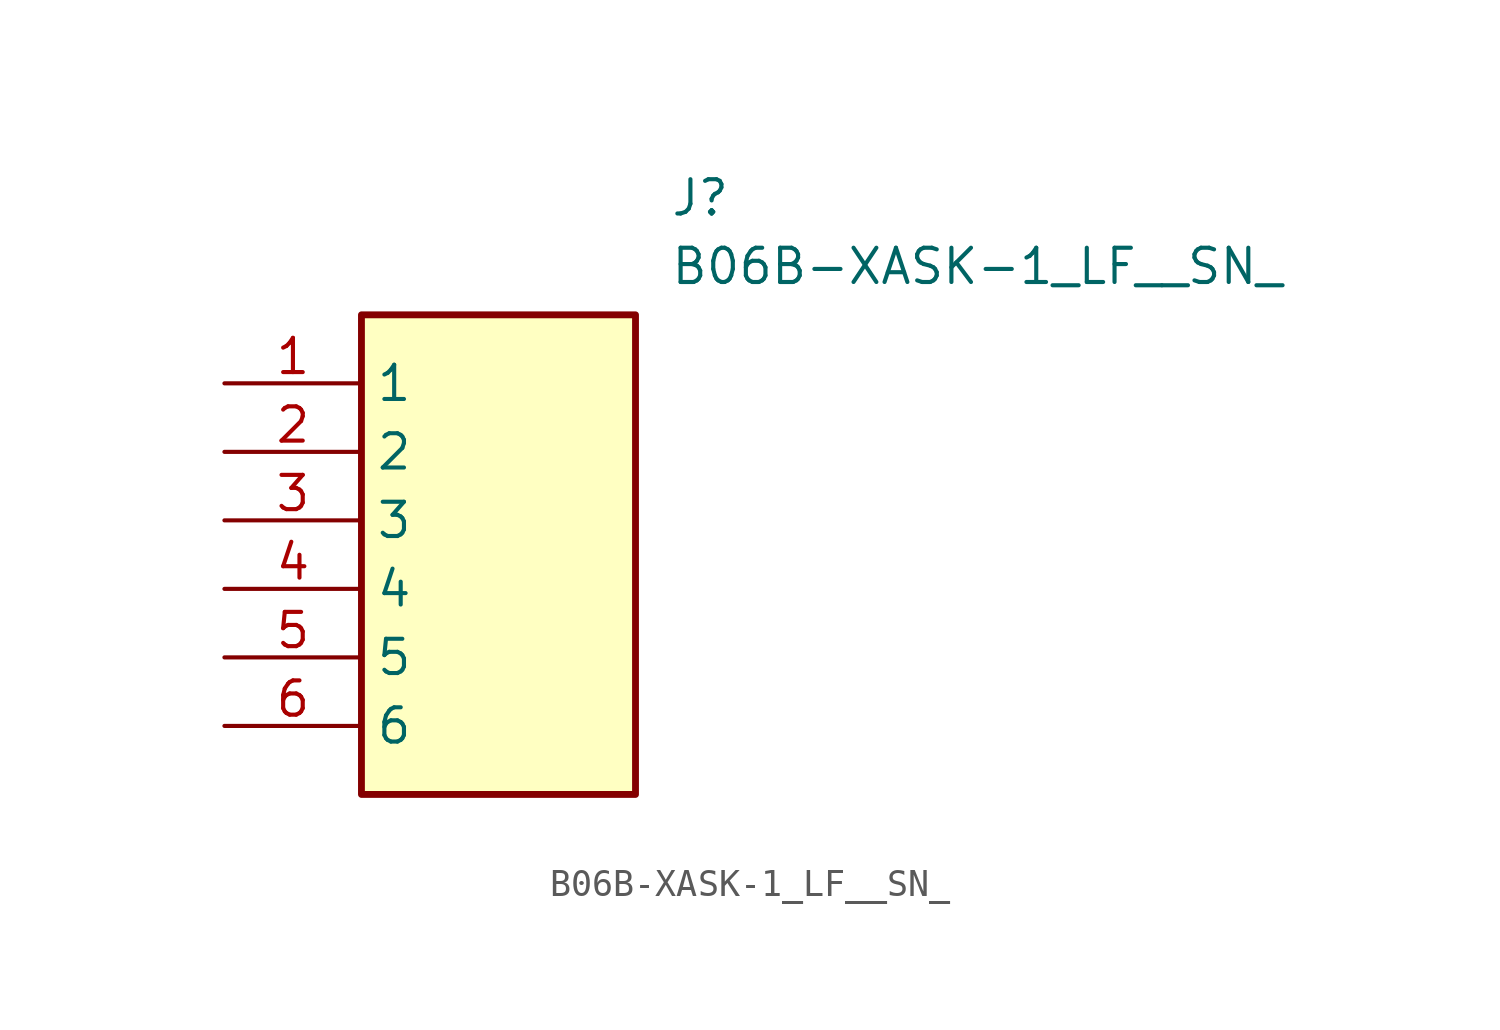
<source format=kicad_sym>
(kicad_symbol_lib
  (version 20211014)
  (generator SamacSys_ECAD_Model)
  (symbol "B06B-XASK-1_LF__SN_"
    (property "Reference" "J"
      (at 16.51 7.62 0)
      (effects (font (size 1.27 1.27)) (justify left top)))
    (property "Value" "B06B-XASK-1_LF__SN_"
      (at 16.51 5.08 0)
      (effects (font (size 1.27 1.27)) (justify left top)))
    (rectangle
      (start 5.08 2.54)
      (end 15.24 -15.24)
      (stroke (width 0.254) (type default))
      (fill (type background)))
    (pin passive line
      (at 0 0 0)
      (length 5.08)
      (name "1" (effects (font (size 1.27 1.27))))
      (number "1" (effects (font (size 1.27 1.27)))))
    (pin passive line
      (at 0 -2.54 0)
      (length 5.08)
      (name "2" (effects (font (size 1.27 1.27))))
      (number "2" (effects (font (size 1.27 1.27)))))
    (pin passive line
      (at 0 -5.08 0)
      (length 5.08)
      (name "3" (effects (font (size 1.27 1.27))))
      (number "3" (effects (font (size 1.27 1.27)))))
    (pin passive line
      (at 0 -7.62 0)
      (length 5.08)
      (name "4" (effects (font (size 1.27 1.27))))
      (number "4" (effects (font (size 1.27 1.27)))))
    (pin passive line
      (at 0 -10.16 0)
      (length 5.08)
      (name "5" (effects (font (size 1.27 1.27))))
      (number "5" (effects (font (size 1.27 1.27)))))
    (pin passive line
      (at 0 -12.7 0)
      (length 5.08)
      (name "6" (effects (font (size 1.27 1.27))))
      (number "6" (effects (font (size 1.27 1.27)))))))
</source>
